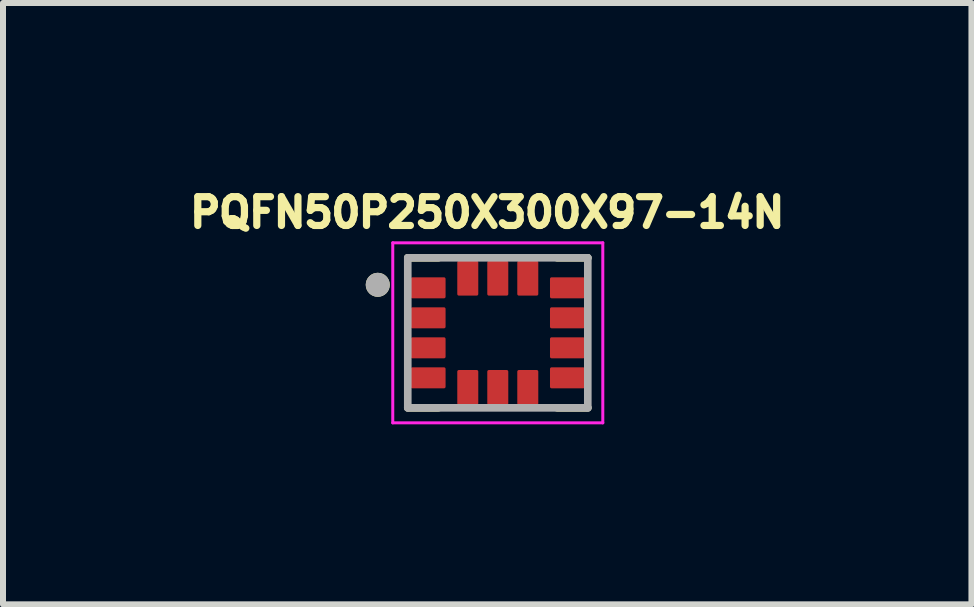
<source format=kicad_pcb>
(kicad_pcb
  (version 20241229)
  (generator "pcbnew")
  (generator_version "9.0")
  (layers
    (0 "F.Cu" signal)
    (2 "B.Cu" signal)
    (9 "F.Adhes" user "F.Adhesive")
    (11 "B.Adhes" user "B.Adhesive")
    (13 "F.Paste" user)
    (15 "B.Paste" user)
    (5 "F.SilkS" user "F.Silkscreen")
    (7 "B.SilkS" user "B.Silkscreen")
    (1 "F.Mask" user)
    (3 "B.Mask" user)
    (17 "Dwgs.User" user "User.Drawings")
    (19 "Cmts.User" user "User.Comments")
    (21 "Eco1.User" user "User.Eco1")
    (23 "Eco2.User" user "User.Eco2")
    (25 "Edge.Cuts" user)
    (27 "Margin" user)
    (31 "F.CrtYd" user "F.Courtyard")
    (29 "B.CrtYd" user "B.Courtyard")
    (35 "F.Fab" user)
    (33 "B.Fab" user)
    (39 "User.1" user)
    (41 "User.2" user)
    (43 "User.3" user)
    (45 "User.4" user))
  (footprint "PQFN50P250X300X97-14N"
    (layer "F.Cu")
    (at 5.245 2.496)
    (property "Reference" "PQFN50P250X300X97-14N" (at -0.176 -2.005 0) (layer "F.SilkS") (effects (font (size 0.48 0.48) (thickness 0.15))))
    (attr smd)
    (fp_poly (pts (xy -1.425 -0.975) (xy -0.895 -0.975) (xy -0.891 -0.975) (xy -0.887 -0.975) (xy -0.883 -0.974) (xy -0.879 -0.973) (xy -0.876 -0.972) (xy -0.872 -0.971) (xy -0.868 -0.97) (xy -0.864 -0.969) (xy -0.861 -0.967) (xy -0.857 -0.965) (xy -0.854 -0.963) (xy -0.851 -0.961) (xy -0.848 -0.958) (xy -0.845 -0.956) (xy -0.842 -0.953) (xy -0.839 -0.95) (xy -0.837 -0.947) (xy -0.834 -0.944) (xy -0.832 -0.941) (xy -0.83 -0.937) (xy -0.828 -0.934) (xy -0.826 -0.931) (xy -0.825 -0.927) (xy -0.824 -0.923) (xy -0.823 -0.919) (xy -0.822 -0.916) (xy -0.821 -0.912) (xy -0.82 -0.908) (xy -0.82 -0.904) (xy -0.82 -0.9) (xy -0.82 -0.6) (xy -0.82 -0.596) (xy -0.82 -0.592) (xy -0.821 -0.588) (xy -0.822 -0.584) (xy -0.823 -0.581) (xy -0.824 -0.577) (xy -0.825 -0.573) (xy -0.826 -0.569) (xy -0.828 -0.566) (xy -0.83 -0.563) (xy -0.832 -0.559) (xy -0.834 -0.556) (xy -0.837 -0.553) (xy -0.839 -0.55) (xy -0.842 -0.547) (xy -0.845 -0.544) (xy -0.848 -0.542) (xy -0.851 -0.539) (xy -0.854 -0.537) (xy -0.857 -0.535) (xy -0.861 -0.533) (xy -0.864 -0.531) (xy -0.868 -0.53) (xy -0.872 -0.529) (xy -0.876 -0.528) (xy -0.879 -0.527) (xy -0.883 -0.526) (xy -0.887 -0.525) (xy -0.891 -0.525) (xy -0.895 -0.525) (xy -1.425 -0.525) (xy -1.429 -0.525) (xy -1.433 -0.525) (xy -1.437 -0.526) (xy -1.441 -0.527) (xy -1.444 -0.528) (xy -1.448 -0.529) (xy -1.452 -0.53) (xy -1.456 -0.531) (xy -1.459 -0.533) (xy -1.462 -0.535) (xy -1.466 -0.537) (xy -1.469 -0.539) (xy -1.472 -0.542) (xy -1.475 -0.544) (xy -1.478 -0.547) (xy -1.481 -0.55) (xy -1.483 -0.553) (xy -1.486 -0.556) (xy -1.488 -0.559) (xy -1.49 -0.563) (xy -1.492 -0.566) (xy -1.494 -0.569) (xy -1.495 -0.573) (xy -1.496 -0.577) (xy -1.497 -0.581) (xy -1.498 -0.584) (xy -1.499 -0.588) (xy -1.5 -0.592) (xy -1.5 -0.596) (xy -1.5 -0.6) (xy -1.5 -0.9) (xy -1.5 -0.904) (xy -1.5 -0.908) (xy -1.499 -0.912) (xy -1.498 -0.916) (xy -1.497 -0.919) (xy -1.496 -0.923) (xy -1.495 -0.927) (xy -1.494 -0.931) (xy -1.492 -0.934) (xy -1.49 -0.938) (xy -1.488 -0.941) (xy -1.486 -0.944) (xy -1.483 -0.947) (xy -1.481 -0.95) (xy -1.478 -0.953) (xy -1.475 -0.956) (xy -1.472 -0.958) (xy -1.469 -0.961) (xy -1.466 -0.963) (xy -1.462 -0.965) (xy -1.459 -0.967) (xy -1.456 -0.969) (xy -1.452 -0.97) (xy -1.448 -0.971) (xy -1.444 -0.972) (xy -1.441 -0.973) (xy -1.437 -0.974) (xy -1.433 -0.975) (xy -1.429 -0.975) (xy -1.425 -0.975)) (stroke (width 0.01) (type solid)) (fill yes) (layer "F.Mask"))
    (fp_poly (pts (xy -1.425 -0.475) (xy -0.895 -0.475) (xy -0.891 -0.475) (xy -0.887 -0.475) (xy -0.883 -0.474) (xy -0.879 -0.473) (xy -0.876 -0.472) (xy -0.872 -0.471) (xy -0.868 -0.47) (xy -0.864 -0.469) (xy -0.861 -0.467) (xy -0.857 -0.465) (xy -0.854 -0.463) (xy -0.851 -0.461) (xy -0.848 -0.458) (xy -0.845 -0.456) (xy -0.842 -0.453) (xy -0.839 -0.45) (xy -0.837 -0.447) (xy -0.834 -0.444) (xy -0.832 -0.441) (xy -0.83 -0.437) (xy -0.828 -0.434) (xy -0.826 -0.431) (xy -0.825 -0.427) (xy -0.824 -0.423) (xy -0.823 -0.419) (xy -0.822 -0.416) (xy -0.821 -0.412) (xy -0.82 -0.408) (xy -0.82 -0.404) (xy -0.82 -0.4) (xy -0.82 -0.1) (xy -0.82 -0.096) (xy -0.82 -0.092) (xy -0.821 -0.088) (xy -0.822 -0.084) (xy -0.823 -0.081) (xy -0.824 -0.077) (xy -0.825 -0.073) (xy -0.826 -0.069) (xy -0.828 -0.066) (xy -0.83 -0.063) (xy -0.832 -0.059) (xy -0.834 -0.056) (xy -0.837 -0.053) (xy -0.839 -0.05) (xy -0.842 -0.047) (xy -0.845 -0.044) (xy -0.848 -0.042) (xy -0.851 -0.039) (xy -0.854 -0.037) (xy -0.857 -0.035) (xy -0.861 -0.033) (xy -0.864 -0.031) (xy -0.868 -0.03) (xy -0.872 -0.029) (xy -0.876 -0.028) (xy -0.879 -0.027) (xy -0.883 -0.026) (xy -0.887 -0.025) (xy -0.891 -0.025) (xy -0.895 -0.025) (xy -1.425 -0.025) (xy -1.429 -0.025) (xy -1.433 -0.025) (xy -1.437 -0.026) (xy -1.441 -0.027) (xy -1.444 -0.028) (xy -1.448 -0.029) (xy -1.452 -0.03) (xy -1.456 -0.031) (xy -1.459 -0.033) (xy -1.462 -0.035) (xy -1.466 -0.037) (xy -1.469 -0.039) (xy -1.472 -0.042) (xy -1.475 -0.044) (xy -1.478 -0.047) (xy -1.481 -0.05) (xy -1.483 -0.053) (xy -1.486 -0.056) (xy -1.488 -0.059) (xy -1.49 -0.062) (xy -1.492 -0.066) (xy -1.494 -0.069) (xy -1.495 -0.073) (xy -1.496 -0.077) (xy -1.497 -0.081) (xy -1.498 -0.084) (xy -1.499 -0.088) (xy -1.5 -0.092) (xy -1.5 -0.096) (xy -1.5 -0.1) (xy -1.5 -0.4) (xy -1.5 -0.404) (xy -1.5 -0.408) (xy -1.499 -0.412) (xy -1.498 -0.416) (xy -1.497 -0.419) (xy -1.496 -0.423) (xy -1.495 -0.427) (xy -1.494 -0.431) (xy -1.492 -0.434) (xy -1.49 -0.438) (xy -1.488 -0.441) (xy -1.486 -0.444) (xy -1.483 -0.447) (xy -1.481 -0.45) (xy -1.478 -0.453) (xy -1.475 -0.456) (xy -1.472 -0.458) (xy -1.469 -0.461) (xy -1.466 -0.463) (xy -1.462 -0.465) (xy -1.459 -0.467) (xy -1.456 -0.469) (xy -1.452 -0.47) (xy -1.448 -0.471) (xy -1.444 -0.472) (xy -1.441 -0.473) (xy -1.437 -0.474) (xy -1.433 -0.475) (xy -1.429 -0.475) (xy -1.425 -0.475)) (stroke (width 0.01) (type solid)) (fill yes) (layer "F.Mask"))
    (fp_poly (pts (xy -1.425 0.025) (xy -0.895 0.025) (xy -0.891 0.025) (xy -0.887 0.025) (xy -0.883 0.026) (xy -0.879 0.027) (xy -0.876 0.028) (xy -0.872 0.029) (xy -0.868 0.03) (xy -0.864 0.031) (xy -0.861 0.033) (xy -0.857 0.035) (xy -0.854 0.037) (xy -0.851 0.039) (xy -0.848 0.042) (xy -0.845 0.044) (xy -0.842 0.047) (xy -0.839 0.05) (xy -0.837 0.053) (xy -0.834 0.056) (xy -0.832 0.059) (xy -0.83 0.063) (xy -0.828 0.066) (xy -0.826 0.069) (xy -0.825 0.073) (xy -0.824 0.077) (xy -0.823 0.081) (xy -0.822 0.084) (xy -0.821 0.088) (xy -0.82 0.092) (xy -0.82 0.096) (xy -0.82 0.1) (xy -0.82 0.4) (xy -0.82 0.404) (xy -0.82 0.408) (xy -0.821 0.412) (xy -0.822 0.416) (xy -0.823 0.419) (xy -0.824 0.423) (xy -0.825 0.427) (xy -0.826 0.431) (xy -0.828 0.434) (xy -0.83 0.437) (xy -0.832 0.441) (xy -0.834 0.444) (xy -0.837 0.447) (xy -0.839 0.45) (xy -0.842 0.453) (xy -0.845 0.456) (xy -0.848 0.458) (xy -0.851 0.461) (xy -0.854 0.463) (xy -0.857 0.465) (xy -0.861 0.467) (xy -0.864 0.469) (xy -0.868 0.47) (xy -0.872 0.471) (xy -0.876 0.472) (xy -0.879 0.473) (xy -0.883 0.474) (xy -0.887 0.475) (xy -0.891 0.475) (xy -0.895 0.475) (xy -1.425 0.475) (xy -1.429 0.475) (xy -1.433 0.475) (xy -1.437 0.474) (xy -1.441 0.473) (xy -1.444 0.472) (xy -1.448 0.471) (xy -1.452 0.47) (xy -1.456 0.469) (xy -1.459 0.467) (xy -1.462 0.465) (xy -1.466 0.463) (xy -1.469 0.461) (xy -1.472 0.458) (xy -1.475 0.456) (xy -1.478 0.453) (xy -1.481 0.45) (xy -1.483 0.447) (xy -1.486 0.444) (xy -1.488 0.441) (xy -1.49 0.438) (xy -1.492 0.434) (xy -1.494 0.431) (xy -1.495 0.427) (xy -1.496 0.423) (xy -1.497 0.419) (xy -1.498 0.416) (xy -1.499 0.412) (xy -1.5 0.408) (xy -1.5 0.404) (xy -1.5 0.4) (xy -1.5 0.1) (xy -1.5 0.096) (xy -1.5 0.092) (xy -1.499 0.088) (xy -1.498 0.084) (xy -1.497 0.081) (xy -1.496 0.077) (xy -1.495 0.073) (xy -1.494 0.069) (xy -1.492 0.066) (xy -1.49 0.062) (xy -1.488 0.059) (xy -1.486 0.056) (xy -1.483 0.053) (xy -1.481 0.05) (xy -1.478 0.047) (xy -1.475 0.044) (xy -1.472 0.042) (xy -1.469 0.039) (xy -1.466 0.037) (xy -1.462 0.035) (xy -1.459 0.033) (xy -1.456 0.031) (xy -1.452 0.03) (xy -1.448 0.029) (xy -1.444 0.028) (xy -1.441 0.027) (xy -1.437 0.026) (xy -1.433 0.025) (xy -1.429 0.025) (xy -1.425 0.025)) (stroke (width 0.01) (type solid)) (fill yes) (layer "F.Mask"))
    (fp_poly (pts (xy -1.425 0.525) (xy -0.895 0.525) (xy -0.891 0.525) (xy -0.887 0.525) (xy -0.883 0.526) (xy -0.879 0.527) (xy -0.876 0.528) (xy -0.872 0.529) (xy -0.868 0.53) (xy -0.864 0.531) (xy -0.861 0.533) (xy -0.857 0.535) (xy -0.854 0.537) (xy -0.851 0.539) (xy -0.848 0.542) (xy -0.845 0.544) (xy -0.842 0.547) (xy -0.839 0.55) (xy -0.837 0.553) (xy -0.834 0.556) (xy -0.832 0.559) (xy -0.83 0.563) (xy -0.828 0.566) (xy -0.826 0.569) (xy -0.825 0.573) (xy -0.824 0.577) (xy -0.823 0.581) (xy -0.822 0.584) (xy -0.821 0.588) (xy -0.82 0.592) (xy -0.82 0.596) (xy -0.82 0.6) (xy -0.82 0.9) (xy -0.82 0.904) (xy -0.82 0.908) (xy -0.821 0.912) (xy -0.822 0.916) (xy -0.823 0.919) (xy -0.824 0.923) (xy -0.825 0.927) (xy -0.826 0.931) (xy -0.828 0.934) (xy -0.83 0.937) (xy -0.832 0.941) (xy -0.834 0.944) (xy -0.837 0.947) (xy -0.839 0.95) (xy -0.842 0.953) (xy -0.845 0.956) (xy -0.848 0.958) (xy -0.851 0.961) (xy -0.854 0.963) (xy -0.857 0.965) (xy -0.861 0.967) (xy -0.864 0.969) (xy -0.868 0.97) (xy -0.872 0.971) (xy -0.876 0.972) (xy -0.879 0.973) (xy -0.883 0.974) (xy -0.887 0.975) (xy -0.891 0.975) (xy -0.895 0.975) (xy -1.425 0.975) (xy -1.429 0.975) (xy -1.433 0.975) (xy -1.437 0.974) (xy -1.441 0.973) (xy -1.444 0.972) (xy -1.448 0.971) (xy -1.452 0.97) (xy -1.456 0.969) (xy -1.459 0.967) (xy -1.462 0.965) (xy -1.466 0.963) (xy -1.469 0.961) (xy -1.472 0.958) (xy -1.475 0.956) (xy -1.478 0.953) (xy -1.481 0.95) (xy -1.483 0.947) (xy -1.486 0.944) (xy -1.488 0.941) (xy -1.49 0.938) (xy -1.492 0.934) (xy -1.494 0.931) (xy -1.495 0.927) (xy -1.496 0.923) (xy -1.497 0.919) (xy -1.498 0.916) (xy -1.499 0.912) (xy -1.5 0.908) (xy -1.5 0.904) (xy -1.5 0.9) (xy -1.5 0.6) (xy -1.5 0.596) (xy -1.5 0.592) (xy -1.499 0.588) (xy -1.498 0.584) (xy -1.497 0.581) (xy -1.496 0.577) (xy -1.495 0.573) (xy -1.494 0.569) (xy -1.492 0.566) (xy -1.49 0.563) (xy -1.488 0.559) (xy -1.486 0.556) (xy -1.483 0.553) (xy -1.481 0.55) (xy -1.478 0.547) (xy -1.475 0.544) (xy -1.472 0.542) (xy -1.469 0.539) (xy -1.466 0.537) (xy -1.462 0.535) (xy -1.459 0.533) (xy -1.456 0.531) (xy -1.452 0.53) (xy -1.448 0.529) (xy -1.444 0.528) (xy -1.441 0.527) (xy -1.437 0.526) (xy -1.433 0.525) (xy -1.429 0.525) (xy -1.425 0.525)) (stroke (width 0.01) (type solid)) (fill yes) (layer "F.Mask"))
    (fp_poly (pts (xy -0.725 -0.645) (xy -0.725 -1.175) (xy -0.725 -1.179) (xy -0.725 -1.183) (xy -0.724 -1.187) (xy -0.723 -1.191) (xy -0.722 -1.194) (xy -0.721 -1.198) (xy -0.72 -1.202) (xy -0.719 -1.206) (xy -0.717 -1.209) (xy -0.715 -1.212) (xy -0.713 -1.216) (xy -0.711 -1.219) (xy -0.708 -1.222) (xy -0.706 -1.225) (xy -0.703 -1.228) (xy -0.7 -1.231) (xy -0.697 -1.233) (xy -0.694 -1.236) (xy -0.691 -1.238) (xy -0.688 -1.24) (xy -0.684 -1.242) (xy -0.681 -1.244) (xy -0.677 -1.245) (xy -0.673 -1.246) (xy -0.669 -1.247) (xy -0.666 -1.248) (xy -0.662 -1.249) (xy -0.658 -1.25) (xy -0.654 -1.25) (xy -0.65 -1.25) (xy -0.35 -1.25) (xy -0.346 -1.25) (xy -0.342 -1.25) (xy -0.338 -1.249) (xy -0.334 -1.248) (xy -0.331 -1.247) (xy -0.327 -1.246) (xy -0.323 -1.245) (xy -0.319 -1.244) (xy -0.316 -1.242) (xy -0.313 -1.24) (xy -0.309 -1.238) (xy -0.306 -1.236) (xy -0.303 -1.233) (xy -0.3 -1.231) (xy -0.297 -1.228) (xy -0.294 -1.225) (xy -0.292 -1.222) (xy -0.289 -1.219) (xy -0.287 -1.216) (xy -0.285 -1.212) (xy -0.283 -1.209) (xy -0.281 -1.206) (xy -0.28 -1.202) (xy -0.279 -1.198) (xy -0.278 -1.194) (xy -0.277 -1.191) (xy -0.276 -1.187) (xy -0.275 -1.183) (xy -0.275 -1.179) (xy -0.275 -1.175) (xy -0.275 -0.645) (xy -0.275 -0.641) (xy -0.275 -0.637) (xy -0.276 -0.633) (xy -0.277 -0.629) (xy -0.278 -0.626) (xy -0.279 -0.622) (xy -0.28 -0.618) (xy -0.281 -0.614) (xy -0.283 -0.611) (xy -0.285 -0.607) (xy -0.287 -0.604) (xy -0.289 -0.601) (xy -0.292 -0.598) (xy -0.294 -0.595) (xy -0.297 -0.592) (xy -0.3 -0.589) (xy -0.303 -0.587) (xy -0.306 -0.584) (xy -0.309 -0.582) (xy -0.313 -0.58) (xy -0.316 -0.578) (xy -0.319 -0.576) (xy -0.323 -0.575) (xy -0.327 -0.574) (xy -0.331 -0.573) (xy -0.334 -0.572) (xy -0.338 -0.571) (xy -0.342 -0.57) (xy -0.346 -0.57) (xy -0.35 -0.57) (xy -0.65 -0.57) (xy -0.654 -0.57) (xy -0.658 -0.57) (xy -0.662 -0.571) (xy -0.666 -0.572) (xy -0.669 -0.573) (xy -0.673 -0.574) (xy -0.677 -0.575) (xy -0.681 -0.576) (xy -0.684 -0.578) (xy -0.688 -0.58) (xy -0.691 -0.582) (xy -0.694 -0.584) (xy -0.697 -0.587) (xy -0.7 -0.589) (xy -0.703 -0.592) (xy -0.706 -0.595) (xy -0.708 -0.598) (xy -0.711 -0.601) (xy -0.713 -0.604) (xy -0.715 -0.607) (xy -0.717 -0.611) (xy -0.719 -0.614) (xy -0.72 -0.618) (xy -0.721 -0.622) (xy -0.722 -0.626) (xy -0.723 -0.629) (xy -0.724 -0.633) (xy -0.725 -0.637) (xy -0.725 -0.641) (xy -0.725 -0.645)) (stroke (width 0.01) (type solid)) (fill yes) (layer "F.Mask"))
    (fp_poly (pts (xy -0.275 0.645) (xy -0.275 1.175) (xy -0.275 1.179) (xy -0.275 1.183) (xy -0.276 1.187) (xy -0.277 1.191) (xy -0.278 1.194) (xy -0.279 1.198) (xy -0.28 1.202) (xy -0.281 1.206) (xy -0.283 1.209) (xy -0.285 1.212) (xy -0.287 1.216) (xy -0.289 1.219) (xy -0.292 1.222) (xy -0.294 1.225) (xy -0.297 1.228) (xy -0.3 1.231) (xy -0.303 1.233) (xy -0.306 1.236) (xy -0.309 1.238) (xy -0.313 1.24) (xy -0.316 1.242) (xy -0.319 1.244) (xy -0.323 1.245) (xy -0.327 1.246) (xy -0.331 1.247) (xy -0.334 1.248) (xy -0.338 1.249) (xy -0.342 1.25) (xy -0.346 1.25) (xy -0.35 1.25) (xy -0.65 1.25) (xy -0.654 1.25) (xy -0.658 1.25) (xy -0.662 1.249) (xy -0.666 1.248) (xy -0.669 1.247) (xy -0.673 1.246) (xy -0.677 1.245) (xy -0.681 1.244) (xy -0.684 1.242) (xy -0.688 1.24) (xy -0.691 1.238) (xy -0.694 1.236) (xy -0.697 1.233) (xy -0.7 1.231) (xy -0.703 1.228) (xy -0.706 1.225) (xy -0.708 1.222) (xy -0.711 1.219) (xy -0.713 1.216) (xy -0.715 1.212) (xy -0.717 1.209) (xy -0.719 1.206) (xy -0.72 1.202) (xy -0.721 1.198) (xy -0.722 1.194) (xy -0.723 1.191) (xy -0.724 1.187) (xy -0.725 1.183) (xy -0.725 1.179) (xy -0.725 1.175) (xy -0.725 0.645) (xy -0.725 0.641) (xy -0.725 0.637) (xy -0.724 0.633) (xy -0.723 0.629) (xy -0.722 0.626) (xy -0.721 0.622) (xy -0.72 0.618) (xy -0.719 0.614) (xy -0.717 0.611) (xy -0.715 0.607) (xy -0.713 0.604) (xy -0.711 0.601) (xy -0.708 0.598) (xy -0.706 0.595) (xy -0.703 0.592) (xy -0.7 0.589) (xy -0.697 0.587) (xy -0.694 0.584) (xy -0.691 0.582) (xy -0.687 0.58) (xy -0.684 0.578) (xy -0.681 0.576) (xy -0.677 0.575) (xy -0.673 0.574) (xy -0.669 0.573) (xy -0.666 0.572) (xy -0.662 0.571) (xy -0.658 0.57) (xy -0.654 0.57) (xy -0.65 0.57) (xy -0.35 0.57) (xy -0.346 0.57) (xy -0.342 0.57) (xy -0.338 0.571) (xy -0.334 0.572) (xy -0.331 0.573) (xy -0.327 0.574) (xy -0.323 0.575) (xy -0.319 0.576) (xy -0.316 0.578) (xy -0.313 0.58) (xy -0.309 0.582) (xy -0.306 0.584) (xy -0.303 0.587) (xy -0.3 0.589) (xy -0.297 0.592) (xy -0.294 0.595) (xy -0.292 0.598) (xy -0.289 0.601) (xy -0.287 0.604) (xy -0.285 0.607) (xy -0.283 0.611) (xy -0.281 0.614) (xy -0.28 0.618) (xy -0.279 0.622) (xy -0.278 0.626) (xy -0.277 0.629) (xy -0.276 0.633) (xy -0.275 0.637) (xy -0.275 0.641) (xy -0.275 0.645)) (stroke (width 0.01) (type solid)) (fill yes) (layer "F.Mask"))
    (fp_poly (pts (xy 0.15 -0.57) (xy -0.15 -0.57) (xy -0.154 -0.57) (xy -0.158 -0.57) (xy -0.162 -0.571) (xy -0.166 -0.572) (xy -0.169 -0.573) (xy -0.173 -0.574) (xy -0.177 -0.575) (xy -0.181 -0.576) (xy -0.184 -0.578) (xy -0.188 -0.58) (xy -0.191 -0.582) (xy -0.194 -0.584) (xy -0.197 -0.587) (xy -0.2 -0.589) (xy -0.203 -0.592) (xy -0.206 -0.595) (xy -0.208 -0.598) (xy -0.211 -0.601) (xy -0.213 -0.604) (xy -0.215 -0.607) (xy -0.217 -0.611) (xy -0.219 -0.614) (xy -0.22 -0.618) (xy -0.221 -0.622) (xy -0.222 -0.626) (xy -0.223 -0.629) (xy -0.224 -0.633) (xy -0.225 -0.637) (xy -0.225 -0.641) (xy -0.225 -0.645) (xy -0.225 -1.175) (xy -0.225 -1.179) (xy -0.225 -1.183) (xy -0.224 -1.187) (xy -0.223 -1.191) (xy -0.222 -1.194) (xy -0.221 -1.198) (xy -0.22 -1.202) (xy -0.219 -1.206) (xy -0.217 -1.209) (xy -0.215 -1.212) (xy -0.213 -1.216) (xy -0.211 -1.219) (xy -0.208 -1.222) (xy -0.206 -1.225) (xy -0.203 -1.228) (xy -0.2 -1.231) (xy -0.197 -1.233) (xy -0.194 -1.236) (xy -0.191 -1.238) (xy -0.188 -1.24) (xy -0.184 -1.242) (xy -0.181 -1.244) (xy -0.177 -1.245) (xy -0.173 -1.246) (xy -0.169 -1.247) (xy -0.166 -1.248) (xy -0.162 -1.249) (xy -0.158 -1.25) (xy -0.154 -1.25) (xy -0.15 -1.25) (xy 0.15 -1.25) (xy 0.154 -1.25) (xy 0.158 -1.25) (xy 0.162 -1.249) (xy 0.166 -1.248) (xy 0.169 -1.247) (xy 0.173 -1.246) (xy 0.177 -1.245) (xy 0.181 -1.244) (xy 0.184 -1.242) (xy 0.188 -1.24) (xy 0.191 -1.238) (xy 0.194 -1.236) (xy 0.197 -1.233) (xy 0.2 -1.231) (xy 0.203 -1.228) (xy 0.206 -1.225) (xy 0.208 -1.222) (xy 0.211 -1.219) (xy 0.213 -1.216) (xy 0.215 -1.212) (xy 0.217 -1.209) (xy 0.219 -1.206) (xy 0.22 -1.202) (xy 0.221 -1.198) (xy 0.222 -1.194) (xy 0.223 -1.191) (xy 0.224 -1.187) (xy 0.225 -1.183) (xy 0.225 -1.179) (xy 0.225 -1.175) (xy 0.225 -0.645) (xy 0.225 -0.641) (xy 0.225 -0.637) (xy 0.224 -0.633) (xy 0.223 -0.629) (xy 0.222 -0.626) (xy 0.221 -0.622) (xy 0.22 -0.618) (xy 0.219 -0.614) (xy 0.217 -0.611) (xy 0.215 -0.607) (xy 0.213 -0.604) (xy 0.211 -0.601) (xy 0.208 -0.598) (xy 0.206 -0.595) (xy 0.203 -0.592) (xy 0.2 -0.589) (xy 0.197 -0.587) (xy 0.194 -0.584) (xy 0.191 -0.582) (xy 0.188 -0.58) (xy 0.184 -0.578) (xy 0.181 -0.576) (xy 0.177 -0.575) (xy 0.173 -0.574) (xy 0.169 -0.573) (xy 0.166 -0.572) (xy 0.162 -0.571) (xy 0.158 -0.57) (xy 0.154 -0.57) (xy 0.15 -0.57)) (stroke (width 0.01) (type solid)) (fill yes) (layer "F.Mask"))
    (fp_poly (pts (xy 0.225 0.645) (xy 0.225 1.175) (xy 0.225 1.179) (xy 0.225 1.183) (xy 0.224 1.187) (xy 0.223 1.191) (xy 0.222 1.194) (xy 0.221 1.198) (xy 0.22 1.202) (xy 0.219 1.206) (xy 0.217 1.209) (xy 0.215 1.212) (xy 0.213 1.216) (xy 0.211 1.219) (xy 0.208 1.222) (xy 0.206 1.225) (xy 0.203 1.228) (xy 0.2 1.231) (xy 0.197 1.233) (xy 0.194 1.236) (xy 0.191 1.238) (xy 0.188 1.24) (xy 0.184 1.242) (xy 0.181 1.244) (xy 0.177 1.245) (xy 0.173 1.246) (xy 0.169 1.247) (xy 0.166 1.248) (xy 0.162 1.249) (xy 0.158 1.25) (xy 0.154 1.25) (xy 0.15 1.25) (xy -0.15 1.25) (xy -0.154 1.25) (xy -0.158 1.25) (xy -0.162 1.249) (xy -0.166 1.248) (xy -0.169 1.247) (xy -0.173 1.246) (xy -0.177 1.245) (xy -0.181 1.244) (xy -0.184 1.242) (xy -0.188 1.24) (xy -0.191 1.238) (xy -0.194 1.236) (xy -0.197 1.233) (xy -0.2 1.231) (xy -0.203 1.228) (xy -0.206 1.225) (xy -0.208 1.222) (xy -0.211 1.219) (xy -0.213 1.216) (xy -0.215 1.212) (xy -0.217 1.209) (xy -0.219 1.206) (xy -0.22 1.202) (xy -0.221 1.198) (xy -0.222 1.194) (xy -0.223 1.191) (xy -0.224 1.187) (xy -0.225 1.183) (xy -0.225 1.179) (xy -0.225 1.175) (xy -0.225 0.645) (xy -0.225 0.641) (xy -0.225 0.637) (xy -0.224 0.633) (xy -0.223 0.629) (xy -0.222 0.626) (xy -0.221 0.622) (xy -0.22 0.618) (xy -0.219 0.614) (xy -0.217 0.611) (xy -0.215 0.607) (xy -0.213 0.604) (xy -0.211 0.601) (xy -0.208 0.598) (xy -0.206 0.595) (xy -0.203 0.592) (xy -0.2 0.589) (xy -0.197 0.587) (xy -0.194 0.584) (xy -0.191 0.582) (xy -0.187 0.58) (xy -0.184 0.578) (xy -0.181 0.576) (xy -0.177 0.575) (xy -0.173 0.574) (xy -0.169 0.573) (xy -0.166 0.572) (xy -0.162 0.571) (xy -0.158 0.57) (xy -0.154 0.57) (xy -0.15 0.57) (xy 0.15 0.57) (xy 0.154 0.57) (xy 0.158 0.57) (xy 0.162 0.571) (xy 0.166 0.572) (xy 0.169 0.573) (xy 0.173 0.574) (xy 0.177 0.575) (xy 0.181 0.576) (xy 0.184 0.578) (xy 0.188 0.58) (xy 0.191 0.582) (xy 0.194 0.584) (xy 0.197 0.587) (xy 0.2 0.589) (xy 0.203 0.592) (xy 0.206 0.595) (xy 0.208 0.598) (xy 0.211 0.601) (xy 0.213 0.604) (xy 0.215 0.607) (xy 0.217 0.611) (xy 0.219 0.614) (xy 0.22 0.618) (xy 0.221 0.622) (xy 0.222 0.626) (xy 0.223 0.629) (xy 0.224 0.633) (xy 0.225 0.637) (xy 0.225 0.641) (xy 0.225 0.645)) (stroke (width 0.01) (type solid)) (fill yes) (layer "F.Mask"))
    (fp_poly (pts (xy 0.275 -0.645) (xy 0.275 -1.175) (xy 0.275 -1.179) (xy 0.275 -1.183) (xy 0.276 -1.187) (xy 0.277 -1.191) (xy 0.278 -1.194) (xy 0.279 -1.198) (xy 0.28 -1.202) (xy 0.281 -1.206) (xy 0.283 -1.209) (xy 0.285 -1.212) (xy 0.287 -1.216) (xy 0.289 -1.219) (xy 0.292 -1.222) (xy 0.294 -1.225) (xy 0.297 -1.228) (xy 0.3 -1.231) (xy 0.303 -1.233) (xy 0.306 -1.236) (xy 0.309 -1.238) (xy 0.313 -1.24) (xy 0.316 -1.242) (xy 0.319 -1.244) (xy 0.323 -1.245) (xy 0.327 -1.246) (xy 0.331 -1.247) (xy 0.334 -1.248) (xy 0.338 -1.249) (xy 0.342 -1.25) (xy 0.346 -1.25) (xy 0.35 -1.25) (xy 0.65 -1.25) (xy 0.654 -1.25) (xy 0.658 -1.25) (xy 0.662 -1.249) (xy 0.666 -1.248) (xy 0.669 -1.247) (xy 0.673 -1.246) (xy 0.677 -1.245) (xy 0.681 -1.244) (xy 0.684 -1.242) (xy 0.688 -1.24) (xy 0.691 -1.238) (xy 0.694 -1.236) (xy 0.697 -1.233) (xy 0.7 -1.231) (xy 0.703 -1.228) (xy 0.706 -1.225) (xy 0.708 -1.222) (xy 0.711 -1.219) (xy 0.713 -1.216) (xy 0.715 -1.212) (xy 0.717 -1.209) (xy 0.719 -1.206) (xy 0.72 -1.202) (xy 0.721 -1.198) (xy 0.722 -1.194) (xy 0.723 -1.191) (xy 0.724 -1.187) (xy 0.725 -1.183) (xy 0.725 -1.179) (xy 0.725 -1.175) (xy 0.725 -0.645) (xy 0.725 -0.641) (xy 0.725 -0.637) (xy 0.724 -0.633) (xy 0.723 -0.629) (xy 0.722 -0.626) (xy 0.721 -0.622) (xy 0.72 -0.618) (xy 0.719 -0.614) (xy 0.717 -0.611) (xy 0.715 -0.607) (xy 0.713 -0.604) (xy 0.711 -0.601) (xy 0.708 -0.598) (xy 0.706 -0.595) (xy 0.703 -0.592) (xy 0.7 -0.589) (xy 0.697 -0.587) (xy 0.694 -0.584) (xy 0.691 -0.582) (xy 0.687 -0.58) (xy 0.684 -0.578) (xy 0.681 -0.576) (xy 0.677 -0.575) (xy 0.673 -0.574) (xy 0.669 -0.573) (xy 0.666 -0.572) (xy 0.662 -0.571) (xy 0.658 -0.57) (xy 0.654 -0.57) (xy 0.65 -0.57) (xy 0.35 -0.57) (xy 0.346 -0.57) (xy 0.342 -0.57) (xy 0.338 -0.571) (xy 0.334 -0.572) (xy 0.331 -0.573) (xy 0.327 -0.574) (xy 0.323 -0.575) (xy 0.319 -0.576) (xy 0.316 -0.578) (xy 0.313 -0.58) (xy 0.309 -0.582) (xy 0.306 -0.584) (xy 0.303 -0.587) (xy 0.3 -0.589) (xy 0.297 -0.592) (xy 0.294 -0.595) (xy 0.292 -0.598) (xy 0.289 -0.601) (xy 0.287 -0.604) (xy 0.285 -0.607) (xy 0.283 -0.611) (xy 0.281 -0.614) (xy 0.28 -0.618) (xy 0.279 -0.622) (xy 0.278 -0.626) (xy 0.277 -0.629) (xy 0.276 -0.633) (xy 0.275 -0.637) (xy 0.275 -0.641) (xy 0.275 -0.645)) (stroke (width 0.01) (type solid)) (fill yes) (layer "F.Mask"))
    (fp_poly (pts (xy 0.275 1.175) (xy 0.275 0.645) (xy 0.275 0.641) (xy 0.275 0.637) (xy 0.276 0.633) (xy 0.277 0.629) (xy 0.278 0.626) (xy 0.279 0.622) (xy 0.28 0.618) (xy 0.281 0.614) (xy 0.283 0.611) (xy 0.285 0.607) (xy 0.287 0.604) (xy 0.289 0.601) (xy 0.292 0.598) (xy 0.294 0.595) (xy 0.297 0.592) (xy 0.3 0.589) (xy 0.303 0.587) (xy 0.306 0.584) (xy 0.309 0.582) (xy 0.313 0.58) (xy 0.316 0.578) (xy 0.319 0.576) (xy 0.323 0.575) (xy 0.327 0.574) (xy 0.331 0.573) (xy 0.334 0.572) (xy 0.338 0.571) (xy 0.342 0.57) (xy 0.346 0.57) (xy 0.35 0.57) (xy 0.65 0.57) (xy 0.654 0.57) (xy 0.658 0.57) (xy 0.662 0.571) (xy 0.666 0.572) (xy 0.669 0.573) (xy 0.673 0.574) (xy 0.677 0.575) (xy 0.681 0.576) (xy 0.684 0.578) (xy 0.687 0.58) (xy 0.691 0.582) (xy 0.694 0.584) (xy 0.697 0.587) (xy 0.7 0.589) (xy 0.703 0.592) (xy 0.706 0.595) (xy 0.708 0.598) (xy 0.711 0.601) (xy 0.713 0.604) (xy 0.715 0.607) (xy 0.717 0.611) (xy 0.719 0.614) (xy 0.72 0.618) (xy 0.721 0.622) (xy 0.722 0.626) (xy 0.723 0.629) (xy 0.724 0.633) (xy 0.725 0.637) (xy 0.725 0.641) (xy 0.725 0.645) (xy 0.725 1.175) (xy 0.725 1.179) (xy 0.725 1.183) (xy 0.724 1.187) (xy 0.723 1.191) (xy 0.722 1.194) (xy 0.721 1.198) (xy 0.72 1.202) (xy 0.719 1.206) (xy 0.717 1.209) (xy 0.715 1.212) (xy 0.713 1.216) (xy 0.711 1.219) (xy 0.708 1.222) (xy 0.706 1.225) (xy 0.703 1.228) (xy 0.7 1.231) (xy 0.697 1.233) (xy 0.694 1.236) (xy 0.691 1.238) (xy 0.688 1.24) (xy 0.684 1.242) (xy 0.681 1.244) (xy 0.677 1.245) (xy 0.673 1.246) (xy 0.669 1.247) (xy 0.666 1.248) (xy 0.662 1.249) (xy 0.658 1.25) (xy 0.654 1.25) (xy 0.65 1.25) (xy 0.35 1.25) (xy 0.346 1.25) (xy 0.342 1.25) (xy 0.338 1.249) (xy 0.334 1.248) (xy 0.331 1.247) (xy 0.327 1.246) (xy 0.323 1.245) (xy 0.319 1.244) (xy 0.316 1.242) (xy 0.313 1.24) (xy 0.309 1.238) (xy 0.306 1.236) (xy 0.303 1.233) (xy 0.3 1.231) (xy 0.297 1.228) (xy 0.294 1.225) (xy 0.292 1.222) (xy 0.289 1.219) (xy 0.287 1.216) (xy 0.285 1.212) (xy 0.283 1.209) (xy 0.281 1.206) (xy 0.28 1.202) (xy 0.279 1.198) (xy 0.278 1.194) (xy 0.277 1.191) (xy 0.276 1.187) (xy 0.275 1.183) (xy 0.275 1.179) (xy 0.275 1.175)) (stroke (width 0.01) (type solid)) (fill yes) (layer "F.Mask"))
    (fp_poly (pts (xy 0.82 0.9) (xy 0.82 0.6) (xy 0.82 0.596) (xy 0.82 0.592) (xy 0.821 0.588) (xy 0.822 0.584) (xy 0.823 0.581) (xy 0.824 0.577) (xy 0.825 0.573) (xy 0.826 0.569) (xy 0.828 0.566) (xy 0.83 0.563) (xy 0.832 0.559) (xy 0.834 0.556) (xy 0.837 0.553) (xy 0.839 0.55) (xy 0.842 0.547) (xy 0.845 0.544) (xy 0.848 0.542) (xy 0.851 0.539) (xy 0.854 0.537) (xy 0.857 0.535) (xy 0.861 0.533) (xy 0.864 0.531) (xy 0.868 0.53) (xy 0.872 0.529) (xy 0.876 0.528) (xy 0.879 0.527) (xy 0.883 0.526) (xy 0.887 0.525) (xy 0.891 0.525) (xy 0.895 0.525) (xy 1.425 0.525) (xy 1.429 0.525) (xy 1.433 0.525) (xy 1.437 0.526) (xy 1.441 0.527) (xy 1.444 0.528) (xy 1.448 0.529) (xy 1.452 0.53) (xy 1.456 0.531) (xy 1.459 0.533) (xy 1.462 0.535) (xy 1.466 0.537) (xy 1.469 0.539) (xy 1.472 0.542) (xy 1.475 0.544) (xy 1.478 0.547) (xy 1.481 0.55) (xy 1.483 0.553) (xy 1.486 0.556) (xy 1.488 0.559) (xy 1.49 0.563) (xy 1.492 0.566) (xy 1.494 0.569) (xy 1.495 0.573) (xy 1.496 0.577) (xy 1.497 0.581) (xy 1.498 0.584) (xy 1.499 0.588) (xy 1.5 0.592) (xy 1.5 0.596) (xy 1.5 0.6) (xy 1.5 0.9) (xy 1.5 0.904) (xy 1.5 0.908) (xy 1.499 0.912) (xy 1.498 0.916) (xy 1.497 0.919) (xy 1.496 0.923) (xy 1.495 0.927) (xy 1.494 0.931) (xy 1.492 0.934) (xy 1.49 0.938) (xy 1.488 0.941) (xy 1.486 0.944) (xy 1.483 0.947) (xy 1.481 0.95) (xy 1.478 0.953) (xy 1.475 0.956) (xy 1.472 0.958) (xy 1.469 0.961) (xy 1.466 0.963) (xy 1.462 0.965) (xy 1.459 0.967) (xy 1.456 0.969) (xy 1.452 0.97) (xy 1.448 0.971) (xy 1.444 0.972) (xy 1.441 0.973) (xy 1.437 0.974) (xy 1.433 0.975) (xy 1.429 0.975) (xy 1.425 0.975) (xy 0.895 0.975) (xy 0.891 0.975) (xy 0.887 0.975) (xy 0.883 0.974) (xy 0.879 0.973) (xy 0.876 0.972) (xy 0.872 0.971) (xy 0.868 0.97) (xy 0.864 0.969) (xy 0.861 0.967) (xy 0.857 0.965) (xy 0.854 0.963) (xy 0.851 0.961) (xy 0.848 0.958) (xy 0.845 0.956) (xy 0.842 0.953) (xy 0.839 0.95) (xy 0.837 0.947) (xy 0.834 0.944) (xy 0.832 0.941) (xy 0.83 0.937) (xy 0.828 0.934) (xy 0.826 0.931) (xy 0.825 0.927) (xy 0.824 0.923) (xy 0.823 0.919) (xy 0.822 0.916) (xy 0.821 0.912) (xy 0.82 0.908) (xy 0.82 0.904) (xy 0.82 0.9)) (stroke (width 0.01) (type solid)) (fill yes) (layer "F.Mask"))
    (fp_poly (pts (xy 0.895 -0.975) (xy 1.425 -0.975) (xy 1.429 -0.975) (xy 1.433 -0.975) (xy 1.437 -0.974) (xy 1.441 -0.973) (xy 1.444 -0.972) (xy 1.448 -0.971) (xy 1.452 -0.97) (xy 1.456 -0.969) (xy 1.459 -0.967) (xy 1.462 -0.965) (xy 1.466 -0.963) (xy 1.469 -0.961) (xy 1.472 -0.958) (xy 1.475 -0.956) (xy 1.478 -0.953) (xy 1.481 -0.95) (xy 1.483 -0.947) (xy 1.486 -0.944) (xy 1.488 -0.941) (xy 1.49 -0.938) (xy 1.492 -0.934) (xy 1.494 -0.931) (xy 1.495 -0.927) (xy 1.496 -0.923) (xy 1.497 -0.919) (xy 1.498 -0.916) (xy 1.499 -0.912) (xy 1.5 -0.908) (xy 1.5 -0.904) (xy 1.5 -0.9) (xy 1.5 -0.6) (xy 1.5 -0.596) (xy 1.5 -0.592) (xy 1.499 -0.588) (xy 1.498 -0.584) (xy 1.497 -0.581) (xy 1.496 -0.577) (xy 1.495 -0.573) (xy 1.494 -0.569) (xy 1.492 -0.566) (xy 1.49 -0.563) (xy 1.488 -0.559) (xy 1.486 -0.556) (xy 1.483 -0.553) (xy 1.481 -0.55) (xy 1.478 -0.547) (xy 1.475 -0.544) (xy 1.472 -0.542) (xy 1.469 -0.539) (xy 1.466 -0.537) (xy 1.462 -0.535) (xy 1.459 -0.533) (xy 1.456 -0.531) (xy 1.452 -0.53) (xy 1.448 -0.529) (xy 1.444 -0.528) (xy 1.441 -0.527) (xy 1.437 -0.526) (xy 1.433 -0.525) (xy 1.429 -0.525) (xy 1.425 -0.525) (xy 0.895 -0.525) (xy 0.891 -0.525) (xy 0.887 -0.525) (xy 0.883 -0.526) (xy 0.879 -0.527) (xy 0.876 -0.528) (xy 0.872 -0.529) (xy 0.868 -0.53) (xy 0.864 -0.531) (xy 0.861 -0.533) (xy 0.857 -0.535) (xy 0.854 -0.537) (xy 0.851 -0.539) (xy 0.848 -0.542) (xy 0.845 -0.544) (xy 0.842 -0.547) (xy 0.839 -0.55) (xy 0.837 -0.553) (xy 0.834 -0.556) (xy 0.832 -0.559) (xy 0.83 -0.563) (xy 0.828 -0.566) (xy 0.826 -0.569) (xy 0.825 -0.573) (xy 0.824 -0.577) (xy 0.823 -0.581) (xy 0.822 -0.584) (xy 0.821 -0.588) (xy 0.82 -0.592) (xy 0.82 -0.596) (xy 0.82 -0.6) (xy 0.82 -0.9) (xy 0.82 -0.904) (xy 0.82 -0.908) (xy 0.821 -0.912) (xy 0.822 -0.916) (xy 0.823 -0.919) (xy 0.824 -0.923) (xy 0.825 -0.927) (xy 0.826 -0.931) (xy 0.828 -0.934) (xy 0.83 -0.937) (xy 0.832 -0.941) (xy 0.834 -0.944) (xy 0.837 -0.947) (xy 0.839 -0.95) (xy 0.842 -0.953) (xy 0.845 -0.956) (xy 0.848 -0.958) (xy 0.851 -0.961) (xy 0.854 -0.963) (xy 0.857 -0.965) (xy 0.861 -0.967) (xy 0.864 -0.969) (xy 0.868 -0.97) (xy 0.872 -0.971) (xy 0.876 -0.972) (xy 0.879 -0.973) (xy 0.883 -0.974) (xy 0.887 -0.975) (xy 0.891 -0.975) (xy 0.895 -0.975)) (stroke (width 0.01) (type solid)) (fill yes) (layer "F.Mask"))
    (fp_poly (pts (xy 0.895 -0.475) (xy 1.425 -0.475) (xy 1.429 -0.475) (xy 1.433 -0.475) (xy 1.437 -0.474) (xy 1.441 -0.473) (xy 1.444 -0.472) (xy 1.448 -0.471) (xy 1.452 -0.47) (xy 1.456 -0.469) (xy 1.459 -0.467) (xy 1.462 -0.465) (xy 1.466 -0.463) (xy 1.469 -0.461) (xy 1.472 -0.458) (xy 1.475 -0.456) (xy 1.478 -0.453) (xy 1.481 -0.45) (xy 1.483 -0.447) (xy 1.486 -0.444) (xy 1.488 -0.441) (xy 1.49 -0.438) (xy 1.492 -0.434) (xy 1.494 -0.431) (xy 1.495 -0.427) (xy 1.496 -0.423) (xy 1.497 -0.419) (xy 1.498 -0.416) (xy 1.499 -0.412) (xy 1.5 -0.408) (xy 1.5 -0.404) (xy 1.5 -0.4) (xy 1.5 -0.1) (xy 1.5 -0.096) (xy 1.5 -0.092) (xy 1.499 -0.088) (xy 1.498 -0.084) (xy 1.497 -0.081) (xy 1.496 -0.077) (xy 1.495 -0.073) (xy 1.494 -0.069) (xy 1.492 -0.066) (xy 1.49 -0.062) (xy 1.488 -0.059) (xy 1.486 -0.056) (xy 1.483 -0.053) (xy 1.481 -0.05) (xy 1.478 -0.047) (xy 1.475 -0.044) (xy 1.472 -0.042) (xy 1.469 -0.039) (xy 1.466 -0.037) (xy 1.462 -0.035) (xy 1.459 -0.033) (xy 1.456 -0.031) (xy 1.452 -0.03) (xy 1.448 -0.029) (xy 1.444 -0.028) (xy 1.441 -0.027) (xy 1.437 -0.026) (xy 1.433 -0.025) (xy 1.429 -0.025) (xy 1.425 -0.025) (xy 0.895 -0.025) (xy 0.891 -0.025) (xy 0.887 -0.025) (xy 0.883 -0.026) (xy 0.879 -0.027) (xy 0.876 -0.028) (xy 0.872 -0.029) (xy 0.868 -0.03) (xy 0.864 -0.031) (xy 0.861 -0.033) (xy 0.857 -0.035) (xy 0.854 -0.037) (xy 0.851 -0.039) (xy 0.848 -0.042) (xy 0.845 -0.044) (xy 0.842 -0.047) (xy 0.839 -0.05) (xy 0.837 -0.053) (xy 0.834 -0.056) (xy 0.832 -0.059) (xy 0.83 -0.063) (xy 0.828 -0.066) (xy 0.826 -0.069) (xy 0.825 -0.073) (xy 0.824 -0.077) (xy 0.823 -0.081) (xy 0.822 -0.084) (xy 0.821 -0.088) (xy 0.82 -0.092) (xy 0.82 -0.096) (xy 0.82 -0.1) (xy 0.82 -0.4) (xy 0.82 -0.404) (xy 0.82 -0.408) (xy 0.821 -0.412) (xy 0.822 -0.416) (xy 0.823 -0.419) (xy 0.824 -0.423) (xy 0.825 -0.427) (xy 0.826 -0.431) (xy 0.828 -0.434) (xy 0.83 -0.437) (xy 0.832 -0.441) (xy 0.834 -0.444) (xy 0.837 -0.447) (xy 0.839 -0.45) (xy 0.842 -0.453) (xy 0.845 -0.456) (xy 0.848 -0.458) (xy 0.851 -0.461) (xy 0.854 -0.463) (xy 0.857 -0.465) (xy 0.861 -0.467) (xy 0.864 -0.469) (xy 0.868 -0.47) (xy 0.872 -0.471) (xy 0.876 -0.472) (xy 0.879 -0.473) (xy 0.883 -0.474) (xy 0.887 -0.475) (xy 0.891 -0.475) (xy 0.895 -0.475)) (stroke (width 0.01) (type solid)) (fill yes) (layer "F.Mask"))
    (fp_poly (pts (xy 1.425 0.475) (xy 0.895 0.475) (xy 0.891 0.475) (xy 0.887 0.475) (xy 0.883 0.474) (xy 0.879 0.473) (xy 0.876 0.472) (xy 0.872 0.471) (xy 0.868 0.47) (xy 0.864 0.469) (xy 0.861 0.467) (xy 0.857 0.465) (xy 0.854 0.463) (xy 0.851 0.461) (xy 0.848 0.458) (xy 0.845 0.456) (xy 0.842 0.453) (xy 0.839 0.45) (xy 0.837 0.447) (xy 0.834 0.444) (xy 0.832 0.441) (xy 0.83 0.437) (xy 0.828 0.434) (xy 0.826 0.431) (xy 0.825 0.427) (xy 0.824 0.423) (xy 0.823 0.419) (xy 0.822 0.416) (xy 0.821 0.412) (xy 0.82 0.408) (xy 0.82 0.404) (xy 0.82 0.4) (xy 0.82 0.1) (xy 0.82 0.096) (xy 0.82 0.092) (xy 0.821 0.088) (xy 0.822 0.084) (xy 0.823 0.081) (xy 0.824 0.077) (xy 0.825 0.073) (xy 0.826 0.069) (xy 0.828 0.066) (xy 0.83 0.063) (xy 0.832 0.059) (xy 0.834 0.056) (xy 0.837 0.053) (xy 0.839 0.05) (xy 0.842 0.047) (xy 0.845 0.044) (xy 0.848 0.042) (xy 0.851 0.039) (xy 0.854 0.037) (xy 0.857 0.035) (xy 0.861 0.033) (xy 0.864 0.031) (xy 0.868 0.03) (xy 0.872 0.029) (xy 0.876 0.028) (xy 0.879 0.027) (xy 0.883 0.026) (xy 0.887 0.025) (xy 0.891 0.025) (xy 0.895 0.025) (xy 1.425 0.025) (xy 1.429 0.025) (xy 1.433 0.025) (xy 1.437 0.026) (xy 1.441 0.027) (xy 1.444 0.028) (xy 1.448 0.029) (xy 1.452 0.03) (xy 1.456 0.031) (xy 1.459 0.033) (xy 1.462 0.035) (xy 1.466 0.037) (xy 1.469 0.039) (xy 1.472 0.042) (xy 1.475 0.044) (xy 1.478 0.047) (xy 1.481 0.05) (xy 1.483 0.053) (xy 1.486 0.056) (xy 1.488 0.059) (xy 1.49 0.062) (xy 1.492 0.066) (xy 1.494 0.069) (xy 1.495 0.073) (xy 1.496 0.077) (xy 1.497 0.081) (xy 1.498 0.084) (xy 1.499 0.088) (xy 1.5 0.092) (xy 1.5 0.096) (xy 1.5 0.1) (xy 1.5 0.4) (xy 1.5 0.404) (xy 1.5 0.408) (xy 1.499 0.412) (xy 1.498 0.416) (xy 1.497 0.419) (xy 1.496 0.423) (xy 1.495 0.427) (xy 1.494 0.431) (xy 1.492 0.434) (xy 1.49 0.438) (xy 1.488 0.441) (xy 1.486 0.444) (xy 1.483 0.447) (xy 1.481 0.45) (xy 1.478 0.453) (xy 1.475 0.456) (xy 1.472 0.458) (xy 1.469 0.461) (xy 1.466 0.463) (xy 1.462 0.465) (xy 1.459 0.467) (xy 1.456 0.469) (xy 1.452 0.47) (xy 1.448 0.471) (xy 1.444 0.472) (xy 1.441 0.473) (xy 1.437 0.474) (xy 1.433 0.475) (xy 1.429 0.475) (xy 1.425 0.475)) (stroke (width 0.01) (type solid)) (fill yes) (layer "F.Mask"))
    (fp_line (start -1.5 -1.25) (end -0.99 -1.25) (stroke (width 0.127) (type solid)) (layer "F.SilkS"))
    (fp_line (start -1.5 1.25) (end -0.99 1.25) (stroke (width 0.127) (type solid)) (layer "F.SilkS"))
    (fp_line (start 0.99 -1.25) (end 1.5 -1.25) (stroke (width 0.127) (type solid)) (layer "F.SilkS"))
    (fp_line (start 1.5 1.25) (end 0.99 1.25) (stroke (width 0.127) (type solid)) (layer "F.SilkS"))
    (fp_circle (center -2 -0.8) (end -1.9 -0.8) (stroke (width 0.2) (type solid)) (fill no) (layer "F.SilkS"))
    (fp_line (start -1.75 -1.5) (end 1.75 -1.5) (stroke (width 0.05) (type solid)) (layer "F.CrtYd"))
    (fp_line (start -1.75 1.5) (end -1.75 -1.5) (stroke (width 0.05) (type solid)) (layer "F.CrtYd"))
    (fp_line (start 1.75 -1.5) (end 1.75 1.5) (stroke (width 0.05) (type solid)) (layer "F.CrtYd"))
    (fp_line (start 1.75 1.5) (end -1.75 1.5) (stroke (width 0.05) (type solid)) (layer "F.CrtYd"))
    (fp_line (start -1.5 -1.25) (end 1.5 -1.25) (stroke (width 0.127) (type solid)) (layer "F.Fab"))
    (fp_line (start -1.5 1.25) (end -1.5 -1.25) (stroke (width 0.127) (type solid)) (layer "F.Fab"))
    (fp_line (start 1.5 -1.25) (end 1.5 1.25) (stroke (width 0.127) (type solid)) (layer "F.Fab"))
    (fp_line (start 1.5 1.25) (end -1.5 1.25) (stroke (width 0.127) (type solid)) (layer "F.Fab"))
    (fp_circle (center -2 -0.8) (end -1.9 -0.8) (stroke (width 0.2) (type solid)) (fill no) (layer "F.Fab"))
    (pad "1" smd roundrect (at -1.16 -0.75) (size 0.58 0.35) (layers "F.Cu" "F.Paste") (roundrect_rratio 0.075))
    (pad "2" smd roundrect (at -1.16 -0.25) (size 0.58 0.35) (layers "F.Cu" "F.Paste") (roundrect_rratio 0.075))
    (pad "3" smd roundrect (at -1.16 0.25) (size 0.58 0.35) (layers "F.Cu" "F.Paste") (roundrect_rratio 0.075))
    (pad "4" smd roundrect (at -1.16 0.75) (size 0.58 0.35) (layers "F.Cu" "F.Paste") (roundrect_rratio 0.075))
    (pad "5" smd roundrect (at -0.5 0.91) (size 0.35 0.58) (layers "F.Cu" "F.Paste") (roundrect_rratio 0.075))
    (pad "6" smd roundrect (at 0 0.91) (size 0.35 0.58) (layers "F.Cu" "F.Paste") (roundrect_rratio 0.075))
    (pad "7" smd roundrect (at 0.5 0.91) (size 0.35 0.58) (layers "F.Cu" "F.Paste") (roundrect_rratio 0.075))
    (pad "8" smd roundrect (at 1.16 0.75) (size 0.58 0.35) (layers "F.Cu" "F.Paste") (roundrect_rratio 0.075))
    (pad "9" smd roundrect (at 1.16 0.25) (size 0.58 0.35) (layers "F.Cu" "F.Paste") (roundrect_rratio 0.075))
    (pad "10" smd roundrect (at 1.16 -0.25) (size 0.58 0.35) (layers "F.Cu" "F.Paste") (roundrect_rratio 0.075))
    (pad "11" smd roundrect (at 1.16 -0.75) (size 0.58 0.35) (layers "F.Cu" "F.Paste") (roundrect_rratio 0.075))
    (pad "12" smd roundrect (at 0.5 -0.91) (size 0.35 0.58) (layers "F.Cu" "F.Paste") (roundrect_rratio 0.075))
    (pad "13" smd roundrect (at 0 -0.91) (size 0.35 0.58) (layers "F.Cu" "F.Paste") (roundrect_rratio 0.075))
    (pad "14" smd roundrect (at -0.5 -0.91) (size 0.35 0.58) (layers "F.Cu" "F.Paste") (roundrect_rratio 0.075)))
  (gr_rect
    (start -3 -3)
    (end 13.138 7.021)
    (stroke (width 0.1) (type default))
    (fill no)
    (layer "Edge.Cuts")))
</source>
